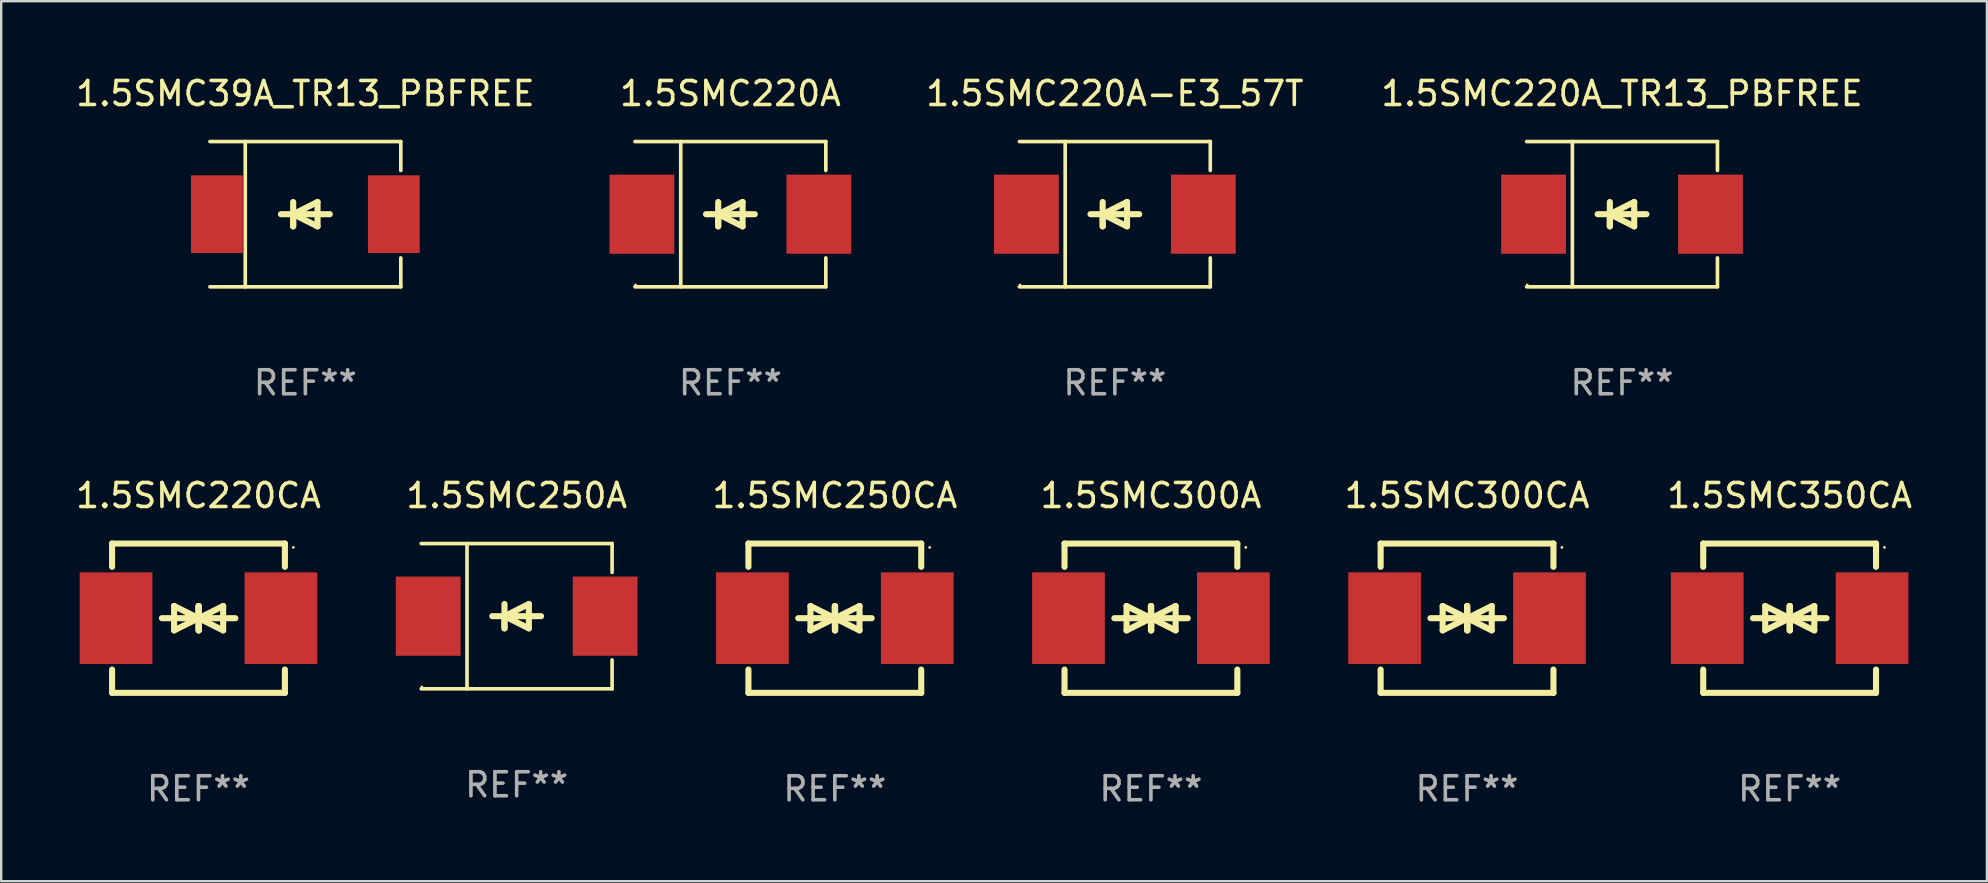
<source format=kicad_pcb>
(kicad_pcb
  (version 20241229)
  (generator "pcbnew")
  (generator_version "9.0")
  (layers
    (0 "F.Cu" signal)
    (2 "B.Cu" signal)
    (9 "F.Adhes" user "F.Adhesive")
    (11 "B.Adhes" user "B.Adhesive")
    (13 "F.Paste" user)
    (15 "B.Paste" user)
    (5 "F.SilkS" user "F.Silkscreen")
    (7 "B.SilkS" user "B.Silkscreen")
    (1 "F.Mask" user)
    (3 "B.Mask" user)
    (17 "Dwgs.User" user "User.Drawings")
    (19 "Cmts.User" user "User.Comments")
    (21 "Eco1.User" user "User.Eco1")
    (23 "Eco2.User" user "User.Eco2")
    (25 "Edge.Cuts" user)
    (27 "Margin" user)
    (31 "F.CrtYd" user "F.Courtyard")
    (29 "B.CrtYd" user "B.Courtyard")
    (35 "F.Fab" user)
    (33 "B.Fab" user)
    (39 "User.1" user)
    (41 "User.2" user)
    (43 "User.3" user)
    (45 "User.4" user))
  (footprint "1.5SMC300A"
    (layer "F.Cu")
    (at 44.903 22.707)
    (property "Reference" "1.5SMC300A" (at 0 -5.11 0) (layer "F.SilkS") (effects (font (size 1 1) (thickness 0.15))))
    (attr through_hole)
    (fp_line (start -3.6 -2.141) (end -3.6 -3.11) (stroke (width 0.254) (type solid)) (layer "F.SilkS"))
    (fp_line (start -3.6 3.11) (end -3.6 2.141) (stroke (width 0.254) (type solid)) (layer "F.SilkS"))
    (fp_line (start -1.524 0) (end 0.508 0) (stroke (width 0.254) (type solid)) (layer "F.SilkS"))
    (fp_line (start -1.016 -0.508) (end -1.016 0.508) (stroke (width 0.254) (type solid)) (layer "F.SilkS"))
    (fp_line (start -1.016 0.508) (end 0 0) (stroke (width 0.254) (type solid)) (layer "F.SilkS"))
    (fp_line (start 0 -0.508) (end 0 0.508) (stroke (width 0.254) (type solid)) (layer "F.SilkS"))
    (fp_line (start 0 0) (end -1.016 -0.508) (stroke (width 0.254) (type solid)) (layer "F.SilkS"))
    (fp_line (start 0 0) (end 0 -0.508) (stroke (width 0.254) (type solid)) (layer "F.SilkS"))
    (fp_line (start 0.012 0) (end 0.012 0.508) (stroke (width 0.254) (type solid)) (layer "F.SilkS"))
    (fp_line (start 0.012 0) (end 1.028 0.508) (stroke (width 0.254) (type solid)) (layer "F.SilkS"))
    (fp_line (start 0.012 0.508) (end 0.012 -0.508) (stroke (width 0.254) (type solid)) (layer "F.SilkS"))
    (fp_line (start 1.028 -0.508) (end 0.012 0) (stroke (width 0.254) (type solid)) (layer "F.SilkS"))
    (fp_line (start 1.028 0.508) (end 1.028 -0.508) (stroke (width 0.254) (type solid)) (layer "F.SilkS"))
    (fp_line (start 1.536 0) (end -0.496 0) (stroke (width 0.254) (type solid)) (layer "F.SilkS"))
    (fp_line (start 3.6 -3.11) (end -3.6 -3.11) (stroke (width 0.254) (type solid)) (layer "F.SilkS"))
    (fp_line (start 3.6 -2.141) (end 3.6 -3.11) (stroke (width 0.254) (type solid)) (layer "F.SilkS"))
    (fp_line (start 3.6 3.11) (end -3.6 3.11) (stroke (width 0.254) (type solid)) (layer "F.SilkS"))
    (fp_line (start 3.6 3.11) (end 3.6 2.141) (stroke (width 0.254) (type solid)) (layer "F.SilkS"))
    (fp_circle (center 3.952 -2.95) (end 3.982 -2.95) (stroke (width 0.06) (type solid)) (fill no) (layer "F.SilkS"))
    (fp_text user "REF**" (at 0 7.11 0) (layer "F.Fab") (effects (font (size 1 1) (thickness 0.15))))
    (pad "1" smd rect (at 3.435 0) (size 3.03 3.82) (layers "F.Cu" "F.Mask" "F.Paste"))
    (pad "2" smd rect (at -3.435 0) (size 3.03 3.82) (layers "F.Cu" "F.Mask" "F.Paste")))
  (footprint "1.5SMC250CA"
    (layer "F.Cu")
    (at 31.733 22.707)
    (property "Reference" "1.5SMC250CA" (at 0 -5.11 0) (layer "F.SilkS") (effects (font (size 1 1) (thickness 0.15))))
    (attr through_hole)
    (fp_line (start -3.6 -2.141) (end -3.6 -3.11) (stroke (width 0.254) (type solid)) (layer "F.SilkS"))
    (fp_line (start -3.6 3.11) (end -3.6 2.141) (stroke (width 0.254) (type solid)) (layer "F.SilkS"))
    (fp_line (start -1.524 0) (end 0.508 0) (stroke (width 0.254) (type solid)) (layer "F.SilkS"))
    (fp_line (start -1.016 -0.508) (end -1.016 0.508) (stroke (width 0.254) (type solid)) (layer "F.SilkS"))
    (fp_line (start -1.016 0.508) (end 0 0) (stroke (width 0.254) (type solid)) (layer "F.SilkS"))
    (fp_line (start 0 -0.508) (end 0 0.508) (stroke (width 0.254) (type solid)) (layer "F.SilkS"))
    (fp_line (start 0 0) (end -1.016 -0.508) (stroke (width 0.254) (type solid)) (layer "F.SilkS"))
    (fp_line (start 0 0) (end 0 -0.508) (stroke (width 0.254) (type solid)) (layer "F.SilkS"))
    (fp_line (start 0.012 0) (end 0.012 0.508) (stroke (width 0.254) (type solid)) (layer "F.SilkS"))
    (fp_line (start 0.012 0) (end 1.028 0.508) (stroke (width 0.254) (type solid)) (layer "F.SilkS"))
    (fp_line (start 0.012 0.508) (end 0.012 -0.508) (stroke (width 0.254) (type solid)) (layer "F.SilkS"))
    (fp_line (start 1.028 -0.508) (end 0.012 0) (stroke (width 0.254) (type solid)) (layer "F.SilkS"))
    (fp_line (start 1.028 0.508) (end 1.028 -0.508) (stroke (width 0.254) (type solid)) (layer "F.SilkS"))
    (fp_line (start 1.536 0) (end -0.496 0) (stroke (width 0.254) (type solid)) (layer "F.SilkS"))
    (fp_line (start 3.6 -3.11) (end -3.6 -3.11) (stroke (width 0.254) (type solid)) (layer "F.SilkS"))
    (fp_line (start 3.6 -2.141) (end 3.6 -3.11) (stroke (width 0.254) (type solid)) (layer "F.SilkS"))
    (fp_line (start 3.6 3.11) (end -3.6 3.11) (stroke (width 0.254) (type solid)) (layer "F.SilkS"))
    (fp_line (start 3.6 3.11) (end 3.6 2.141) (stroke (width 0.254) (type solid)) (layer "F.SilkS"))
    (fp_circle (center 3.952 -2.95) (end 3.982 -2.95) (stroke (width 0.06) (type solid)) (fill no) (layer "F.SilkS"))
    (fp_text user "REF**" (at 0 7.11 0) (layer "F.Fab") (effects (font (size 1 1) (thickness 0.15))))
    (pad "1" smd rect (at 3.435 0) (size 3.03 3.82) (layers "F.Cu" "F.Mask" "F.Paste"))
    (pad "2" smd rect (at -3.435 0) (size 3.03 3.82) (layers "F.Cu" "F.Mask" "F.Paste")))
  (footprint "1.5SMC39A_TR13_PBFREE"
    (layer "F.Cu")
    (at 9.673 5.874)
    (property "Reference" "1.5SMC39A_TR13_PBFREE" (at 0 -5.026 0) (layer "F.SilkS") (effects (font (size 1 1) (thickness 0.15))))
    (attr through_hole)
    (fp_line (start -3.976 -3.026) (end 3.976 -3.026) (stroke (width 0.152) (type solid)) (layer "F.SilkS"))
    (fp_line (start -3.976 3.026) (end 3.976 3.026) (stroke (width 0.152) (type solid)) (layer "F.SilkS"))
    (fp_line (start -2.504 -3.026) (end -2.504 3.026) (stroke (width 0.152) (type solid)) (layer "F.SilkS"))
    (fp_line (start -0.508 0) (end -0.508 0.508) (stroke (width 0.254) (type solid)) (layer "F.SilkS"))
    (fp_line (start -0.508 0) (end 0.508 0.508) (stroke (width 0.254) (type solid)) (layer "F.SilkS"))
    (fp_line (start -0.508 0.508) (end -0.508 -0.508) (stroke (width 0.254) (type solid)) (layer "F.SilkS"))
    (fp_line (start 0.508 -0.508) (end -0.508 0) (stroke (width 0.254) (type solid)) (layer "F.SilkS"))
    (fp_line (start 0.508 0.508) (end 0.508 -0.508) (stroke (width 0.254) (type solid)) (layer "F.SilkS"))
    (fp_line (start 1.016 0) (end -1.016 0) (stroke (width 0.254) (type solid)) (layer "F.SilkS"))
    (fp_line (start 3.976 -3.026) (end 3.976 -1.823) (stroke (width 0.152) (type solid)) (layer "F.SilkS"))
    (fp_line (start 3.976 3.026) (end 3.976 1.823) (stroke (width 0.152) (type solid)) (layer "F.SilkS"))
    (fp_circle (center 3.95 -2.95) (end 3.98 -2.95) (stroke (width 0.06) (type solid)) (fill no) (layer "F.SilkS"))
    (fp_text user "REF**" (at 0 7.026 0) (layer "F.Fab") (effects (font (size 1 1) (thickness 0.15))))
    (pad "1" smd rect (at 3.686 0 180) (size 2.158 3.24) (layers "F.Cu" "F.Mask" "F.Paste"))
    (pad "2" smd rect (at -3.686 0 180) (size 2.158 3.24) (layers "F.Cu" "F.Mask" "F.Paste")))
  (footprint "1.5SMC220A_TR13_PBFREE"
    (layer "F.Cu")
    (at 64.531 5.874)
    (property "Reference" "1.5SMC220A_TR13_PBFREE" (at 0 -5.026 0) (layer "F.SilkS") (effects (font (size 1 1) (thickness 0.15))))
    (attr through_hole)
    (fp_line (start -3.976 -3.026) (end 3.976 -3.026) (stroke (width 0.152) (type solid)) (layer "F.SilkS"))
    (fp_line (start -3.976 3.026) (end 3.976 3.026) (stroke (width 0.152) (type solid)) (layer "F.SilkS"))
    (fp_line (start -2.069 -3.026) (end -2.069 3.026) (stroke (width 0.152) (type solid)) (layer "F.SilkS"))
    (fp_line (start -0.508 0) (end -0.508 0.508) (stroke (width 0.254) (type solid)) (layer "F.SilkS"))
    (fp_line (start -0.508 0) (end 0.508 0.508) (stroke (width 0.254) (type solid)) (layer "F.SilkS"))
    (fp_line (start -0.508 0.508) (end -0.508 -0.508) (stroke (width 0.254) (type solid)) (layer "F.SilkS"))
    (fp_line (start 0.508 -0.508) (end -0.508 0) (stroke (width 0.254) (type solid)) (layer "F.SilkS"))
    (fp_line (start 0.508 0.508) (end 0.508 -0.508) (stroke (width 0.254) (type solid)) (layer "F.SilkS"))
    (fp_line (start 1.016 0) (end -1.016 0) (stroke (width 0.254) (type solid)) (layer "F.SilkS"))
    (fp_line (start 3.976 -3.026) (end 3.976 -1.823) (stroke (width 0.152) (type solid)) (layer "F.SilkS"))
    (fp_line (start 3.976 3.026) (end 3.976 1.823) (stroke (width 0.152) (type solid)) (layer "F.SilkS"))
    (fp_circle (center -3.95 2.95) (end -3.92 2.95) (stroke (width 0.06) (type solid)) (fill no) (layer "F.SilkS"))
    (fp_text user "REF**" (at 0 7.026 0) (layer "F.Fab") (effects (font (size 1 1) (thickness 0.15))))
    (pad "1" smd rect (at -3.686 0) (size 2.7 3.3) (layers "F.Cu" "F.Mask" "F.Paste"))
    (pad "2" smd rect (at 3.686 0) (size 2.7 3.3) (layers "F.Cu" "F.Mask" "F.Paste")))
  (footprint "1.5SMC300CA"
    (layer "F.Cu")
    (at 58.074 22.707)
    (property "Reference" "1.5SMC300CA" (at 0 -5.11 0) (layer "F.SilkS") (effects (font (size 1 1) (thickness 0.15))))
    (attr through_hole)
    (fp_line (start -3.6 -2.141) (end -3.6 -3.11) (stroke (width 0.254) (type solid)) (layer "F.SilkS"))
    (fp_line (start -3.6 3.11) (end -3.6 2.141) (stroke (width 0.254) (type solid)) (layer "F.SilkS"))
    (fp_line (start -1.524 0) (end 0.508 0) (stroke (width 0.254) (type solid)) (layer "F.SilkS"))
    (fp_line (start -1.016 -0.508) (end -1.016 0.508) (stroke (width 0.254) (type solid)) (layer "F.SilkS"))
    (fp_line (start -1.016 0.508) (end 0 0) (stroke (width 0.254) (type solid)) (layer "F.SilkS"))
    (fp_line (start 0 -0.508) (end 0 0.508) (stroke (width 0.254) (type solid)) (layer "F.SilkS"))
    (fp_line (start 0 0) (end -1.016 -0.508) (stroke (width 0.254) (type solid)) (layer "F.SilkS"))
    (fp_line (start 0 0) (end 0 -0.508) (stroke (width 0.254) (type solid)) (layer "F.SilkS"))
    (fp_line (start 0.012 0) (end 0.012 0.508) (stroke (width 0.254) (type solid)) (layer "F.SilkS"))
    (fp_line (start 0.012 0) (end 1.028 0.508) (stroke (width 0.254) (type solid)) (layer "F.SilkS"))
    (fp_line (start 0.012 0.508) (end 0.012 -0.508) (stroke (width 0.254) (type solid)) (layer "F.SilkS"))
    (fp_line (start 1.028 -0.508) (end 0.012 0) (stroke (width 0.254) (type solid)) (layer "F.SilkS"))
    (fp_line (start 1.028 0.508) (end 1.028 -0.508) (stroke (width 0.254) (type solid)) (layer "F.SilkS"))
    (fp_line (start 1.536 0) (end -0.496 0) (stroke (width 0.254) (type solid)) (layer "F.SilkS"))
    (fp_line (start 3.6 -3.11) (end -3.6 -3.11) (stroke (width 0.254) (type solid)) (layer "F.SilkS"))
    (fp_line (start 3.6 -2.141) (end 3.6 -3.11) (stroke (width 0.254) (type solid)) (layer "F.SilkS"))
    (fp_line (start 3.6 3.11) (end -3.6 3.11) (stroke (width 0.254) (type solid)) (layer "F.SilkS"))
    (fp_line (start 3.6 3.11) (end 3.6 2.141) (stroke (width 0.254) (type solid)) (layer "F.SilkS"))
    (fp_circle (center 3.952 -2.95) (end 3.982 -2.95) (stroke (width 0.06) (type solid)) (fill no) (layer "F.SilkS"))
    (fp_text user "REF**" (at 0 7.11 0) (layer "F.Fab") (effects (font (size 1 1) (thickness 0.15))))
    (pad "1" smd rect (at 3.435 0) (size 3.03 3.82) (layers "F.Cu" "F.Mask" "F.Paste"))
    (pad "2" smd rect (at -3.435 0) (size 3.03 3.82) (layers "F.Cu" "F.Mask" "F.Paste")))
  (footprint "1.5SMC350CA"
    (layer "F.Cu")
    (at 71.514 22.707)
    (property "Reference" "1.5SMC350CA" (at 0 -5.11 0) (layer "F.SilkS") (effects (font (size 1 1) (thickness 0.15))))
    (attr through_hole)
    (fp_line (start -3.6 -2.141) (end -3.6 -3.11) (stroke (width 0.254) (type solid)) (layer "F.SilkS"))
    (fp_line (start -3.6 3.11) (end -3.6 2.141) (stroke (width 0.254) (type solid)) (layer "F.SilkS"))
    (fp_line (start -1.524 0) (end 0.508 0) (stroke (width 0.254) (type solid)) (layer "F.SilkS"))
    (fp_line (start -1.016 -0.508) (end -1.016 0.508) (stroke (width 0.254) (type solid)) (layer "F.SilkS"))
    (fp_line (start -1.016 0.508) (end 0 0) (stroke (width 0.254) (type solid)) (layer "F.SilkS"))
    (fp_line (start 0 -0.508) (end 0 0.508) (stroke (width 0.254) (type solid)) (layer "F.SilkS"))
    (fp_line (start 0 0) (end -1.016 -0.508) (stroke (width 0.254) (type solid)) (layer "F.SilkS"))
    (fp_line (start 0 0) (end 0 -0.508) (stroke (width 0.254) (type solid)) (layer "F.SilkS"))
    (fp_line (start 0.012 0) (end 0.012 0.508) (stroke (width 0.254) (type solid)) (layer "F.SilkS"))
    (fp_line (start 0.012 0) (end 1.028 0.508) (stroke (width 0.254) (type solid)) (layer "F.SilkS"))
    (fp_line (start 0.012 0.508) (end 0.012 -0.508) (stroke (width 0.254) (type solid)) (layer "F.SilkS"))
    (fp_line (start 1.028 -0.508) (end 0.012 0) (stroke (width 0.254) (type solid)) (layer "F.SilkS"))
    (fp_line (start 1.028 0.508) (end 1.028 -0.508) (stroke (width 0.254) (type solid)) (layer "F.SilkS"))
    (fp_line (start 1.536 0) (end -0.496 0) (stroke (width 0.254) (type solid)) (layer "F.SilkS"))
    (fp_line (start 3.6 -3.11) (end -3.6 -3.11) (stroke (width 0.254) (type solid)) (layer "F.SilkS"))
    (fp_line (start 3.6 -2.141) (end 3.6 -3.11) (stroke (width 0.254) (type solid)) (layer "F.SilkS"))
    (fp_line (start 3.6 3.11) (end -3.6 3.11) (stroke (width 0.254) (type solid)) (layer "F.SilkS"))
    (fp_line (start 3.6 3.11) (end 3.6 2.141) (stroke (width 0.254) (type solid)) (layer "F.SilkS"))
    (fp_circle (center 3.952 -2.95) (end 3.982 -2.95) (stroke (width 0.06) (type solid)) (fill no) (layer "F.SilkS"))
    (fp_text user "REF**" (at 0 7.11 0) (layer "F.Fab") (effects (font (size 1 1) (thickness 0.15))))
    (pad "1" smd rect (at 3.435 0) (size 3.03 3.82) (layers "F.Cu" "F.Mask" "F.Paste"))
    (pad "2" smd rect (at -3.435 0) (size 3.03 3.82) (layers "F.Cu" "F.Mask" "F.Paste")))
  (footprint "1.5SMC220A"
    (layer "F.Cu")
    (at 27.382 5.874)
    (property "Reference" "1.5SMC220A" (at 0 -5.026 0) (layer "F.SilkS") (effects (font (size 1 1) (thickness 0.15))))
    (attr through_hole)
    (fp_line (start -3.976 -3.026) (end 3.976 -3.026) (stroke (width 0.152) (type solid)) (layer "F.SilkS"))
    (fp_line (start -3.976 3.026) (end 3.976 3.026) (stroke (width 0.152) (type solid)) (layer "F.SilkS"))
    (fp_line (start -2.069 -3.026) (end -2.069 3.026) (stroke (width 0.152) (type solid)) (layer "F.SilkS"))
    (fp_line (start -0.508 0) (end -0.508 0.508) (stroke (width 0.254) (type solid)) (layer "F.SilkS"))
    (fp_line (start -0.508 0) (end 0.508 0.508) (stroke (width 0.254) (type solid)) (layer "F.SilkS"))
    (fp_line (start -0.508 0.508) (end -0.508 -0.508) (stroke (width 0.254) (type solid)) (layer "F.SilkS"))
    (fp_line (start 0.508 -0.508) (end -0.508 0) (stroke (width 0.254) (type solid)) (layer "F.SilkS"))
    (fp_line (start 0.508 0.508) (end 0.508 -0.508) (stroke (width 0.254) (type solid)) (layer "F.SilkS"))
    (fp_line (start 1.016 0) (end -1.016 0) (stroke (width 0.254) (type solid)) (layer "F.SilkS"))
    (fp_line (start 3.976 -3.026) (end 3.976 -1.823) (stroke (width 0.152) (type solid)) (layer "F.SilkS"))
    (fp_line (start 3.976 3.026) (end 3.976 1.823) (stroke (width 0.152) (type solid)) (layer "F.SilkS"))
    (fp_circle (center -3.95 2.95) (end -3.92 2.95) (stroke (width 0.06) (type solid)) (fill no) (layer "F.SilkS"))
    (fp_text user "REF**" (at 0 7.026 0) (layer "F.Fab") (effects (font (size 1 1) (thickness 0.15))))
    (pad "1" smd rect (at -3.686 0) (size 2.7 3.3) (layers "F.Cu" "F.Mask" "F.Paste"))
    (pad "2" smd rect (at 3.686 0) (size 2.7 3.3) (layers "F.Cu" "F.Mask" "F.Paste")))
  (footprint "1.5SMC220A-E3_57T"
    (layer "F.Cu")
    (at 43.4 5.874)
    (property "Reference" "1.5SMC220A-E3_57T" (at 0 -5.026 0) (layer "F.SilkS") (effects (font (size 1 1) (thickness 0.15))))
    (attr through_hole)
    (fp_line (start -3.976 -3.026) (end 3.976 -3.026) (stroke (width 0.152) (type solid)) (layer "F.SilkS"))
    (fp_line (start -3.976 3.026) (end 3.976 3.026) (stroke (width 0.152) (type solid)) (layer "F.SilkS"))
    (fp_line (start -2.069 -3.026) (end -2.069 3.026) (stroke (width 0.152) (type solid)) (layer "F.SilkS"))
    (fp_line (start -0.508 0) (end -0.508 0.508) (stroke (width 0.254) (type solid)) (layer "F.SilkS"))
    (fp_line (start -0.508 0) (end 0.508 0.508) (stroke (width 0.254) (type solid)) (layer "F.SilkS"))
    (fp_line (start -0.508 0.508) (end -0.508 -0.508) (stroke (width 0.254) (type solid)) (layer "F.SilkS"))
    (fp_line (start 0.508 -0.508) (end -0.508 0) (stroke (width 0.254) (type solid)) (layer "F.SilkS"))
    (fp_line (start 0.508 0.508) (end 0.508 -0.508) (stroke (width 0.254) (type solid)) (layer "F.SilkS"))
    (fp_line (start 1.016 0) (end -1.016 0) (stroke (width 0.254) (type solid)) (layer "F.SilkS"))
    (fp_line (start 3.976 -3.026) (end 3.976 -1.823) (stroke (width 0.152) (type solid)) (layer "F.SilkS"))
    (fp_line (start 3.976 3.026) (end 3.976 1.823) (stroke (width 0.152) (type solid)) (layer "F.SilkS"))
    (fp_circle (center -3.95 2.95) (end -3.92 2.95) (stroke (width 0.06) (type solid)) (fill no) (layer "F.SilkS"))
    (fp_text user "REF**" (at 0 7.026 0) (layer "F.Fab") (effects (font (size 1 1) (thickness 0.15))))
    (pad "1" smd rect (at -3.686 0) (size 2.7 3.3) (layers "F.Cu" "F.Mask" "F.Paste"))
    (pad "2" smd rect (at 3.686 0) (size 2.7 3.3) (layers "F.Cu" "F.Mask" "F.Paste")))
  (footprint "1.5SMC250A"
    (layer "F.Cu")
    (at 18.477 22.623)
    (property "Reference" "1.5SMC250A" (at 0 -5.026 0) (layer "F.SilkS") (effects (font (size 1 1) (thickness 0.15))))
    (attr through_hole)
    (fp_line (start -3.976 -3.026) (end 3.976 -3.026) (stroke (width 0.152) (type solid)) (layer "F.SilkS"))
    (fp_line (start -3.976 3.026) (end 3.976 3.026) (stroke (width 0.152) (type solid)) (layer "F.SilkS"))
    (fp_line (start -2.069 -3.026) (end -2.069 3.026) (stroke (width 0.152) (type solid)) (layer "F.SilkS"))
    (fp_line (start -0.508 0) (end -0.508 0.508) (stroke (width 0.254) (type solid)) (layer "F.SilkS"))
    (fp_line (start -0.508 0) (end 0.508 0.508) (stroke (width 0.254) (type solid)) (layer "F.SilkS"))
    (fp_line (start -0.508 0.508) (end -0.508 -0.508) (stroke (width 0.254) (type solid)) (layer "F.SilkS"))
    (fp_line (start 0.508 -0.508) (end -0.508 0) (stroke (width 0.254) (type solid)) (layer "F.SilkS"))
    (fp_line (start 0.508 0.508) (end 0.508 -0.508) (stroke (width 0.254) (type solid)) (layer "F.SilkS"))
    (fp_line (start 1.016 0) (end -1.016 0) (stroke (width 0.254) (type solid)) (layer "F.SilkS"))
    (fp_line (start 3.976 -3.026) (end 3.976 -1.823) (stroke (width 0.152) (type solid)) (layer "F.SilkS"))
    (fp_line (start 3.976 3.026) (end 3.976 1.823) (stroke (width 0.152) (type solid)) (layer "F.SilkS"))
    (fp_circle (center -3.95 2.95) (end -3.92 2.95) (stroke (width 0.06) (type solid)) (fill no) (layer "F.SilkS"))
    (fp_text user "REF**" (at 0 7.026 0) (layer "F.Fab") (effects (font (size 1 1) (thickness 0.15))))
    (pad "1" smd rect (at -3.686 0) (size 2.7 3.3) (layers "F.Cu" "F.Mask" "F.Paste"))
    (pad "2" smd rect (at 3.686 0) (size 2.7 3.3) (layers "F.Cu" "F.Mask" "F.Paste")))
  (footprint "1.5SMC220CA"
    (layer "F.Cu")
    (at 5.22 22.707)
    (property "Reference" "1.5SMC220CA" (at 0 -5.11 0) (layer "F.SilkS") (effects (font (size 1 1) (thickness 0.15))))
    (attr through_hole)
    (fp_line (start -3.6 -2.141) (end -3.6 -3.11) (stroke (width 0.254) (type solid)) (layer "F.SilkS"))
    (fp_line (start -3.6 3.11) (end -3.6 2.141) (stroke (width 0.254) (type solid)) (layer "F.SilkS"))
    (fp_line (start -1.524 0) (end 0.508 0) (stroke (width 0.254) (type solid)) (layer "F.SilkS"))
    (fp_line (start -1.016 -0.508) (end -1.016 0.508) (stroke (width 0.254) (type solid)) (layer "F.SilkS"))
    (fp_line (start -1.016 0.508) (end 0 0) (stroke (width 0.254) (type solid)) (layer "F.SilkS"))
    (fp_line (start 0 -0.508) (end 0 0.508) (stroke (width 0.254) (type solid)) (layer "F.SilkS"))
    (fp_line (start 0 0) (end -1.016 -0.508) (stroke (width 0.254) (type solid)) (layer "F.SilkS"))
    (fp_line (start 0 0) (end 0 -0.508) (stroke (width 0.254) (type solid)) (layer "F.SilkS"))
    (fp_line (start 0.012 0) (end 0.012 0.508) (stroke (width 0.254) (type solid)) (layer "F.SilkS"))
    (fp_line (start 0.012 0) (end 1.028 0.508) (stroke (width 0.254) (type solid)) (layer "F.SilkS"))
    (fp_line (start 0.012 0.508) (end 0.012 -0.508) (stroke (width 0.254) (type solid)) (layer "F.SilkS"))
    (fp_line (start 1.028 -0.508) (end 0.012 0) (stroke (width 0.254) (type solid)) (layer "F.SilkS"))
    (fp_line (start 1.028 0.508) (end 1.028 -0.508) (stroke (width 0.254) (type solid)) (layer "F.SilkS"))
    (fp_line (start 1.536 0) (end -0.496 0) (stroke (width 0.254) (type solid)) (layer "F.SilkS"))
    (fp_line (start 3.6 -3.11) (end -3.6 -3.11) (stroke (width 0.254) (type solid)) (layer "F.SilkS"))
    (fp_line (start 3.6 -2.141) (end 3.6 -3.11) (stroke (width 0.254) (type solid)) (layer "F.SilkS"))
    (fp_line (start 3.6 3.11) (end -3.6 3.11) (stroke (width 0.254) (type solid)) (layer "F.SilkS"))
    (fp_line (start 3.6 3.11) (end 3.6 2.141) (stroke (width 0.254) (type solid)) (layer "F.SilkS"))
    (fp_circle (center 3.952 -2.95) (end 3.982 -2.95) (stroke (width 0.06) (type solid)) (fill no) (layer "F.SilkS"))
    (fp_text user "REF**" (at 0 7.11 0) (layer "F.Fab") (effects (font (size 1 1) (thickness 0.15))))
    (pad "1" smd rect (at 3.435 0) (size 3.03 3.82) (layers "F.Cu" "F.Mask" "F.Paste"))
    (pad "2" smd rect (at -3.435 0) (size 3.03 3.82) (layers "F.Cu" "F.Mask" "F.Paste")))
  (gr_rect
    (start -3 -3)
    (end 79.734 33.665)
    (stroke (width 0.1) (type default))
    (fill no)
    (layer "Edge.Cuts")))
</source>
